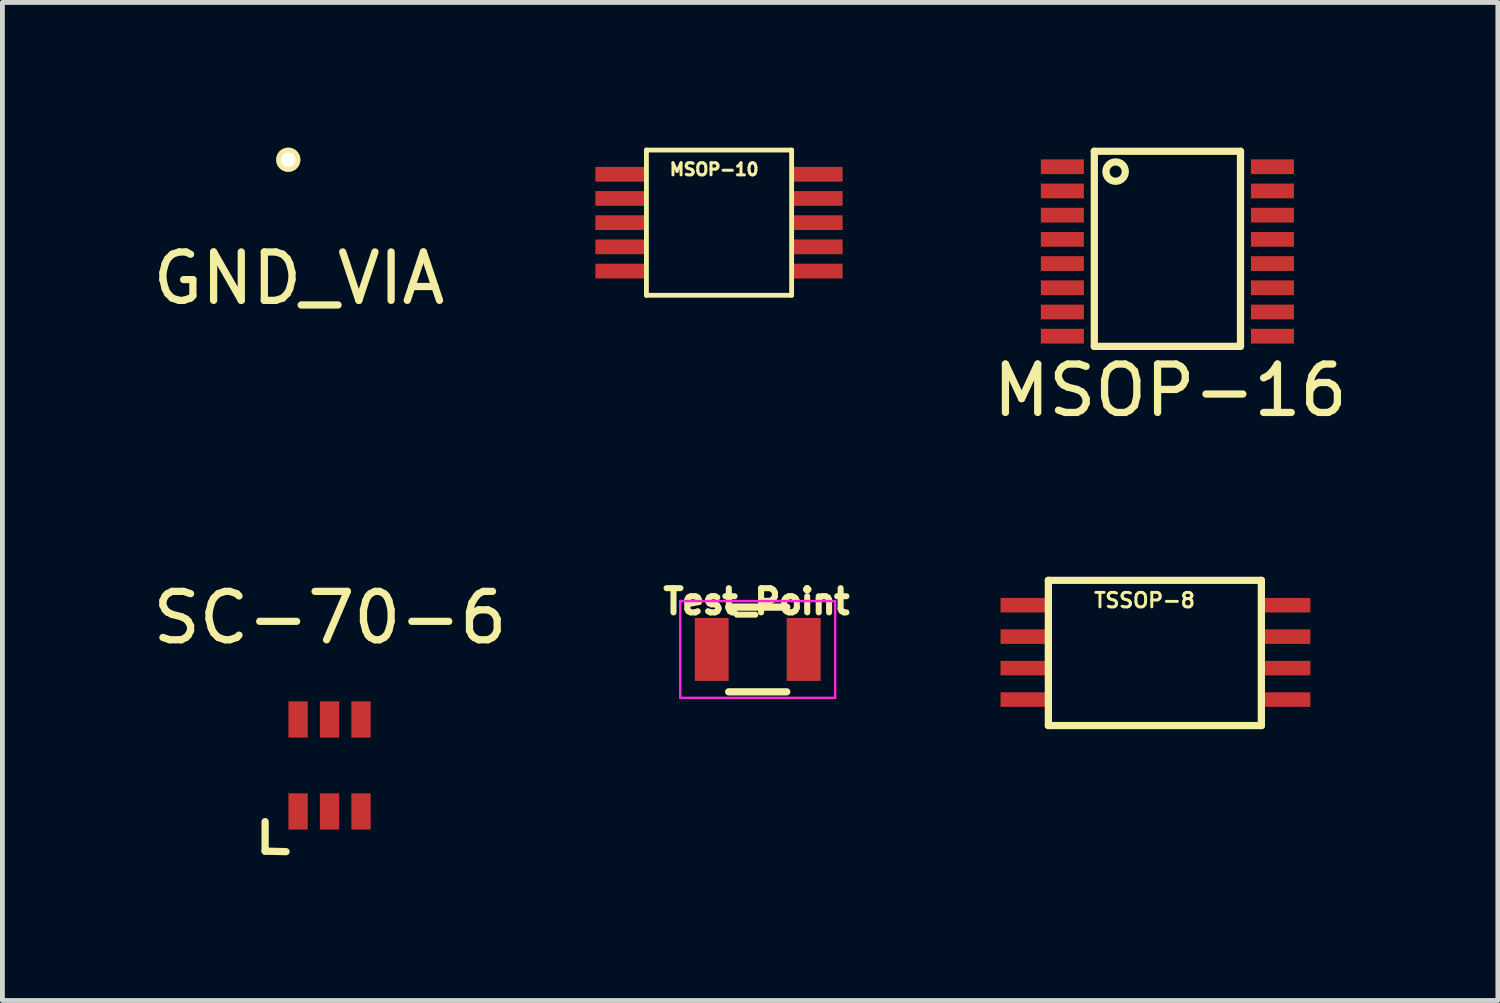
<source format=kicad_pcb>
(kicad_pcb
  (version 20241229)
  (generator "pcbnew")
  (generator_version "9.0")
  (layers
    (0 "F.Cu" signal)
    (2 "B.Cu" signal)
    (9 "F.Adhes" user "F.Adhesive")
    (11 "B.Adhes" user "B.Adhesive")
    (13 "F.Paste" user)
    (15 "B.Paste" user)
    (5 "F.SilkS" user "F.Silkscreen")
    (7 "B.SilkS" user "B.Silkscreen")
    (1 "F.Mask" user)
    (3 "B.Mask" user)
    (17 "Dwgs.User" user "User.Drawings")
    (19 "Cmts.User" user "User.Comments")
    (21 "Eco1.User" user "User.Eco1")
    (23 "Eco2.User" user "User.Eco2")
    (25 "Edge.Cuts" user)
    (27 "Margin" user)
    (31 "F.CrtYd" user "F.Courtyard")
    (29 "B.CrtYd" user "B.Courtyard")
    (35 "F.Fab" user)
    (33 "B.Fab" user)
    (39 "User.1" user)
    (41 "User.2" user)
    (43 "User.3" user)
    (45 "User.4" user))
  (footprint "SC-70-6"
    (layer "F.Cu")
    (at 3.758 12.763)
    (property "Reference" "SC-70-6" (at 0.01 -3.051 0) (layer "F.SilkS") (effects (font (size 1 1) (thickness 0.15))))
    (attr smd)
    (fp_line (start -1.331 1.161) (end -1.331 1.77) (stroke (width 0.15) (type solid)) (layer "F.SilkS"))
    (fp_line (start -1.331 1.77) (end -0.899 1.781) (stroke (width 0.15) (type solid)) (layer "F.SilkS"))
    (pad "1" smd rect (at -0.65 0.95) (size 0.399 0.749) (layers "F.Cu" "F.Mask" "F.Paste"))
    (pad "2" smd rect (at 0 0.95) (size 0.399 0.749) (layers "F.Cu" "F.Mask" "F.Paste"))
    (pad "3" smd rect (at 0.65 0.95) (size 0.399 0.749) (layers "F.Cu" "F.Mask" "F.Paste"))
    (pad "4" smd rect (at -0.65 -0.95) (size 0.399 0.749) (layers "F.Cu" "F.Mask" "F.Paste"))
    (pad "5" smd rect (at 0 -0.95) (size 0.399 0.749) (layers "F.Cu" "F.Mask" "F.Paste"))
    (pad "6" smd rect (at 0.65 -0.95) (size 0.399 0.749) (layers "F.Cu" "F.Mask" "F.Paste")))
  (footprint "GND_VIA"
    (layer "F.Cu")
    (at 2.905 0.25)
    (property "Reference" "GND_VIA" (at 0.22 2.45 0) (layer "F.SilkS") (effects (font (size 1 1) (thickness 0.15))))
    (attr through_hole)
    (pad "1" thru_hole circle (at 0 0) (size 0.5 0.5) (drill 0.3) (layers "*.Cu" "*.Mask" "F.SilkS")))
  (footprint "TSSOP-8"
    (layer "F.Cu")
    (at 20.82 10.427)
    (property "Reference" "TSSOP-8" (at -0.225 -1.075 180) (layer "F.SilkS") (effects (font (size 0.3 0.3) (thickness 0.06))))
    (attr through_hole)
    (fp_line (start -2.212 -1.488) (end 2.188 -1.488) (stroke (width 0.15) (type solid)) (layer "F.SilkS"))
    (fp_line (start -2.212 0.013) (end -2.212 -1.488) (stroke (width 0.15) (type solid)) (layer "F.SilkS"))
    (fp_line (start -2.212 1.512) (end -2.212 0.013) (stroke (width 0.15) (type solid)) (layer "F.SilkS"))
    (fp_line (start 2.188 -1.488) (end 2.188 1.512) (stroke (width 0.15) (type solid)) (layer "F.SilkS"))
    (fp_line (start 2.188 1.512) (end -2.212 1.512) (stroke (width 0.15) (type solid)) (layer "F.SilkS"))
    (pad "1" smd rect (at -2.7 -0.975 90) (size 0.3 1) (layers "F.Cu" "F.Mask" "F.Paste"))
    (pad "2" smd rect (at -2.7 -0.325 90) (size 0.3 1) (layers "F.Cu" "F.Mask" "F.Paste"))
    (pad "3" smd rect (at -2.7 0.325 90) (size 0.3 1) (layers "F.Cu" "F.Mask" "F.Paste"))
    (pad "4" smd rect (at -2.7 0.975 90) (size 0.3 1) (layers "F.Cu" "F.Mask" "F.Paste"))
    (pad "5" smd rect (at 2.7 0.975 90) (size 0.3 1) (layers "F.Cu" "F.Mask" "F.Paste"))
    (pad "6" smd rect (at 2.7 0.325 90) (size 0.3 1) (layers "F.Cu" "F.Mask" "F.Paste"))
    (pad "7" smd rect (at 2.7 -0.325 90) (size 0.3 1) (layers "F.Cu" "F.Mask" "F.Paste"))
    (pad "8" smd rect (at 2.7 -0.975 90) (size 0.3 1) (layers "F.Cu" "F.Mask" "F.Paste")))
  (footprint "Test_Point"
    (layer "F.Cu")
    (at 12.603 10.367)
    (property "Reference" "Test_Point" (at -0.025 -0.991 0) (layer "F.SilkS") (effects (font (size 0.5 0.5) (thickness 0.125))))
    (attr smd)
    (fp_line (start -0.6 -0.875) (end 0.6 -0.875) (stroke (width 0.15) (type solid)) (layer "F.SilkS"))
    (fp_line (start 0.6 0.875) (end -0.6 0.875) (stroke (width 0.15) (type solid)) (layer "F.SilkS"))
    (fp_line (start -1.6 -1) (end -1.6 1) (stroke (width 0.05) (type solid)) (layer "F.CrtYd"))
    (fp_line (start -1.6 -1) (end 1.6 -1) (stroke (width 0.05) (type solid)) (layer "F.CrtYd"))
    (fp_line (start -1.6 1) (end 1.6 1) (stroke (width 0.05) (type solid)) (layer "F.CrtYd"))
    (fp_line (start 1.6 -1) (end 1.6 1) (stroke (width 0.05) (type solid)) (layer "F.CrtYd"))
    (pad "1" smd rect (at -0.95 0) (size 0.7 1.3) (layers "F.Cu" "F.Mask" "F.Paste"))
    (pad "2" smd rect (at 0.95 0) (size 0.7 1.3) (layers "F.Cu" "F.Mask" "F.Paste")))
  (footprint "MSOP-16"
    (layer "F.Cu")
    (at 21.075 2.07)
    (property "Reference" "MSOP-16" (at 0.051 2.946 0) (layer "F.SilkS") (effects (font (size 1 1) (thickness 0.15))))
    (attr through_hole)
    (fp_line (start -1.518 -1.995) (end 1.502 -1.995) (stroke (width 0.15) (type solid)) (layer "F.SilkS"))
    (fp_line (start -1.518 2.035) (end -1.518 -1.995) (stroke (width 0.15) (type solid)) (layer "F.SilkS"))
    (fp_line (start 1.502 -1.995) (end 1.502 2.035) (stroke (width 0.15) (type solid)) (layer "F.SilkS"))
    (fp_line (start 1.502 2.035) (end -1.518 2.035) (stroke (width 0.15) (type solid)) (layer "F.SilkS"))
    (fp_circle (center -1.078 -1.575) (end -0.878 -1.575) (stroke (width 0.15) (type solid)) (fill no) (layer "F.SilkS"))
    (pad "1" smd rect (at -2.178 -1.675) (size 0.889 0.305) (layers "F.Cu" "F.Mask" "F.Paste"))
    (pad "2" smd rect (at -2.178 -1.175) (size 0.889 0.305) (layers "F.Cu" "F.Mask" "F.Paste"))
    (pad "3" smd rect (at -2.178 -0.675) (size 0.889 0.305) (layers "F.Cu" "F.Mask" "F.Paste"))
    (pad "4" smd rect (at -2.178 -0.175) (size 0.889 0.305) (layers "F.Cu" "F.Mask" "F.Paste"))
    (pad "5" smd rect (at -2.178 0.325) (size 0.889 0.305) (layers "F.Cu" "F.Mask" "F.Paste"))
    (pad "6" smd rect (at -2.178 0.825) (size 0.889 0.305) (layers "F.Cu" "F.Mask" "F.Paste"))
    (pad "7" smd rect (at -2.178 1.325) (size 0.889 0.305) (layers "F.Cu" "F.Mask" "F.Paste"))
    (pad "8" smd rect (at -2.178 1.825) (size 0.889 0.305) (layers "F.Cu" "F.Mask" "F.Paste"))
    (pad "9" smd rect (at 2.162 1.825) (size 0.889 0.305) (layers "F.Cu" "F.Mask" "F.Paste"))
    (pad "10" smd rect (at 2.162 1.325) (size 0.889 0.305) (layers "F.Cu" "F.Mask" "F.Paste"))
    (pad "11" smd rect (at 2.162 0.825) (size 0.889 0.305) (layers "F.Cu" "F.Mask" "F.Paste"))
    (pad "12" smd rect (at 2.162 0.325) (size 0.889 0.305) (layers "F.Cu" "F.Mask" "F.Paste"))
    (pad "13" smd rect (at 2.162 -0.175) (size 0.889 0.305) (layers "F.Cu" "F.Mask" "F.Paste"))
    (pad "14" smd rect (at 2.162 -0.675) (size 0.889 0.305) (layers "F.Cu" "F.Mask" "F.Paste"))
    (pad "15" smd rect (at 2.162 -1.175) (size 0.889 0.305) (layers "F.Cu" "F.Mask" "F.Paste"))
    (pad "16" smd rect (at 2.162 -1.675) (size 0.889 0.305) (layers "F.Cu" "F.Mask" "F.Paste")))
  (footprint "MSOP-10"
    (layer "F.Cu")
    (at 11.804 1.55)
    (property "Reference" "MSOP-10" (at -0.1 -1.1 0) (layer "F.SilkS") (effects (font (size 0.25 0.25) (thickness 0.062))))
    (attr through_hole)
    (fp_line (start -1.5 -1.5) (end 1.5 -1.5) (stroke (width 0.1) (type solid)) (layer "F.SilkS"))
    (fp_line (start -1.5 1.5) (end -1.5 -1.5) (stroke (width 0.1) (type solid)) (layer "F.SilkS"))
    (fp_line (start 1.5 -1.5) (end 1.5 1.5) (stroke (width 0.1) (type solid)) (layer "F.SilkS"))
    (fp_line (start 1.5 1.5) (end -1.5 1.5) (stroke (width 0.1) (type solid)) (layer "F.SilkS"))
    (pad "1" smd rect (at -2.046 -1) (size 1.016 0.305) (layers "F.Cu" "F.Mask" "F.Paste"))
    (pad "2" smd rect (at -2.046 -0.5) (size 1.016 0.305) (layers "F.Cu" "F.Mask" "F.Paste"))
    (pad "3" smd rect (at -2.046 0) (size 1.016 0.305) (layers "F.Cu" "F.Mask" "F.Paste"))
    (pad "4" smd rect (at -2.046 0.5) (size 1.016 0.305) (layers "F.Cu" "F.Mask" "F.Paste"))
    (pad "5" smd rect (at -2.046 1) (size 1.016 0.305) (layers "F.Cu" "F.Mask" "F.Paste"))
    (pad "5" smd rect (at 2.046 1) (size 1.016 0.305) (layers "F.Cu" "F.Mask" "F.Paste"))
    (pad "6" smd rect (at 2.046 0.5) (size 1.016 0.305) (layers "F.Cu" "F.Mask" "F.Paste"))
    (pad "7" smd rect (at 2.046 0) (size 1.016 0.305) (layers "F.Cu" "F.Mask" "F.Paste"))
    (pad "9" smd rect (at 2.046 -0.5) (size 1.016 0.305) (layers "F.Cu" "F.Mask" "F.Paste"))
    (pad "10" smd rect (at 2.046 -1) (size 1.016 0.305) (layers "F.Cu" "F.Mask" "F.Paste")))
  (gr_rect
    (start -3 -3)
    (end 27.894 17.619)
    (stroke (width 0.1) (type default))
    (fill no)
    (layer "Edge.Cuts")))
</source>
